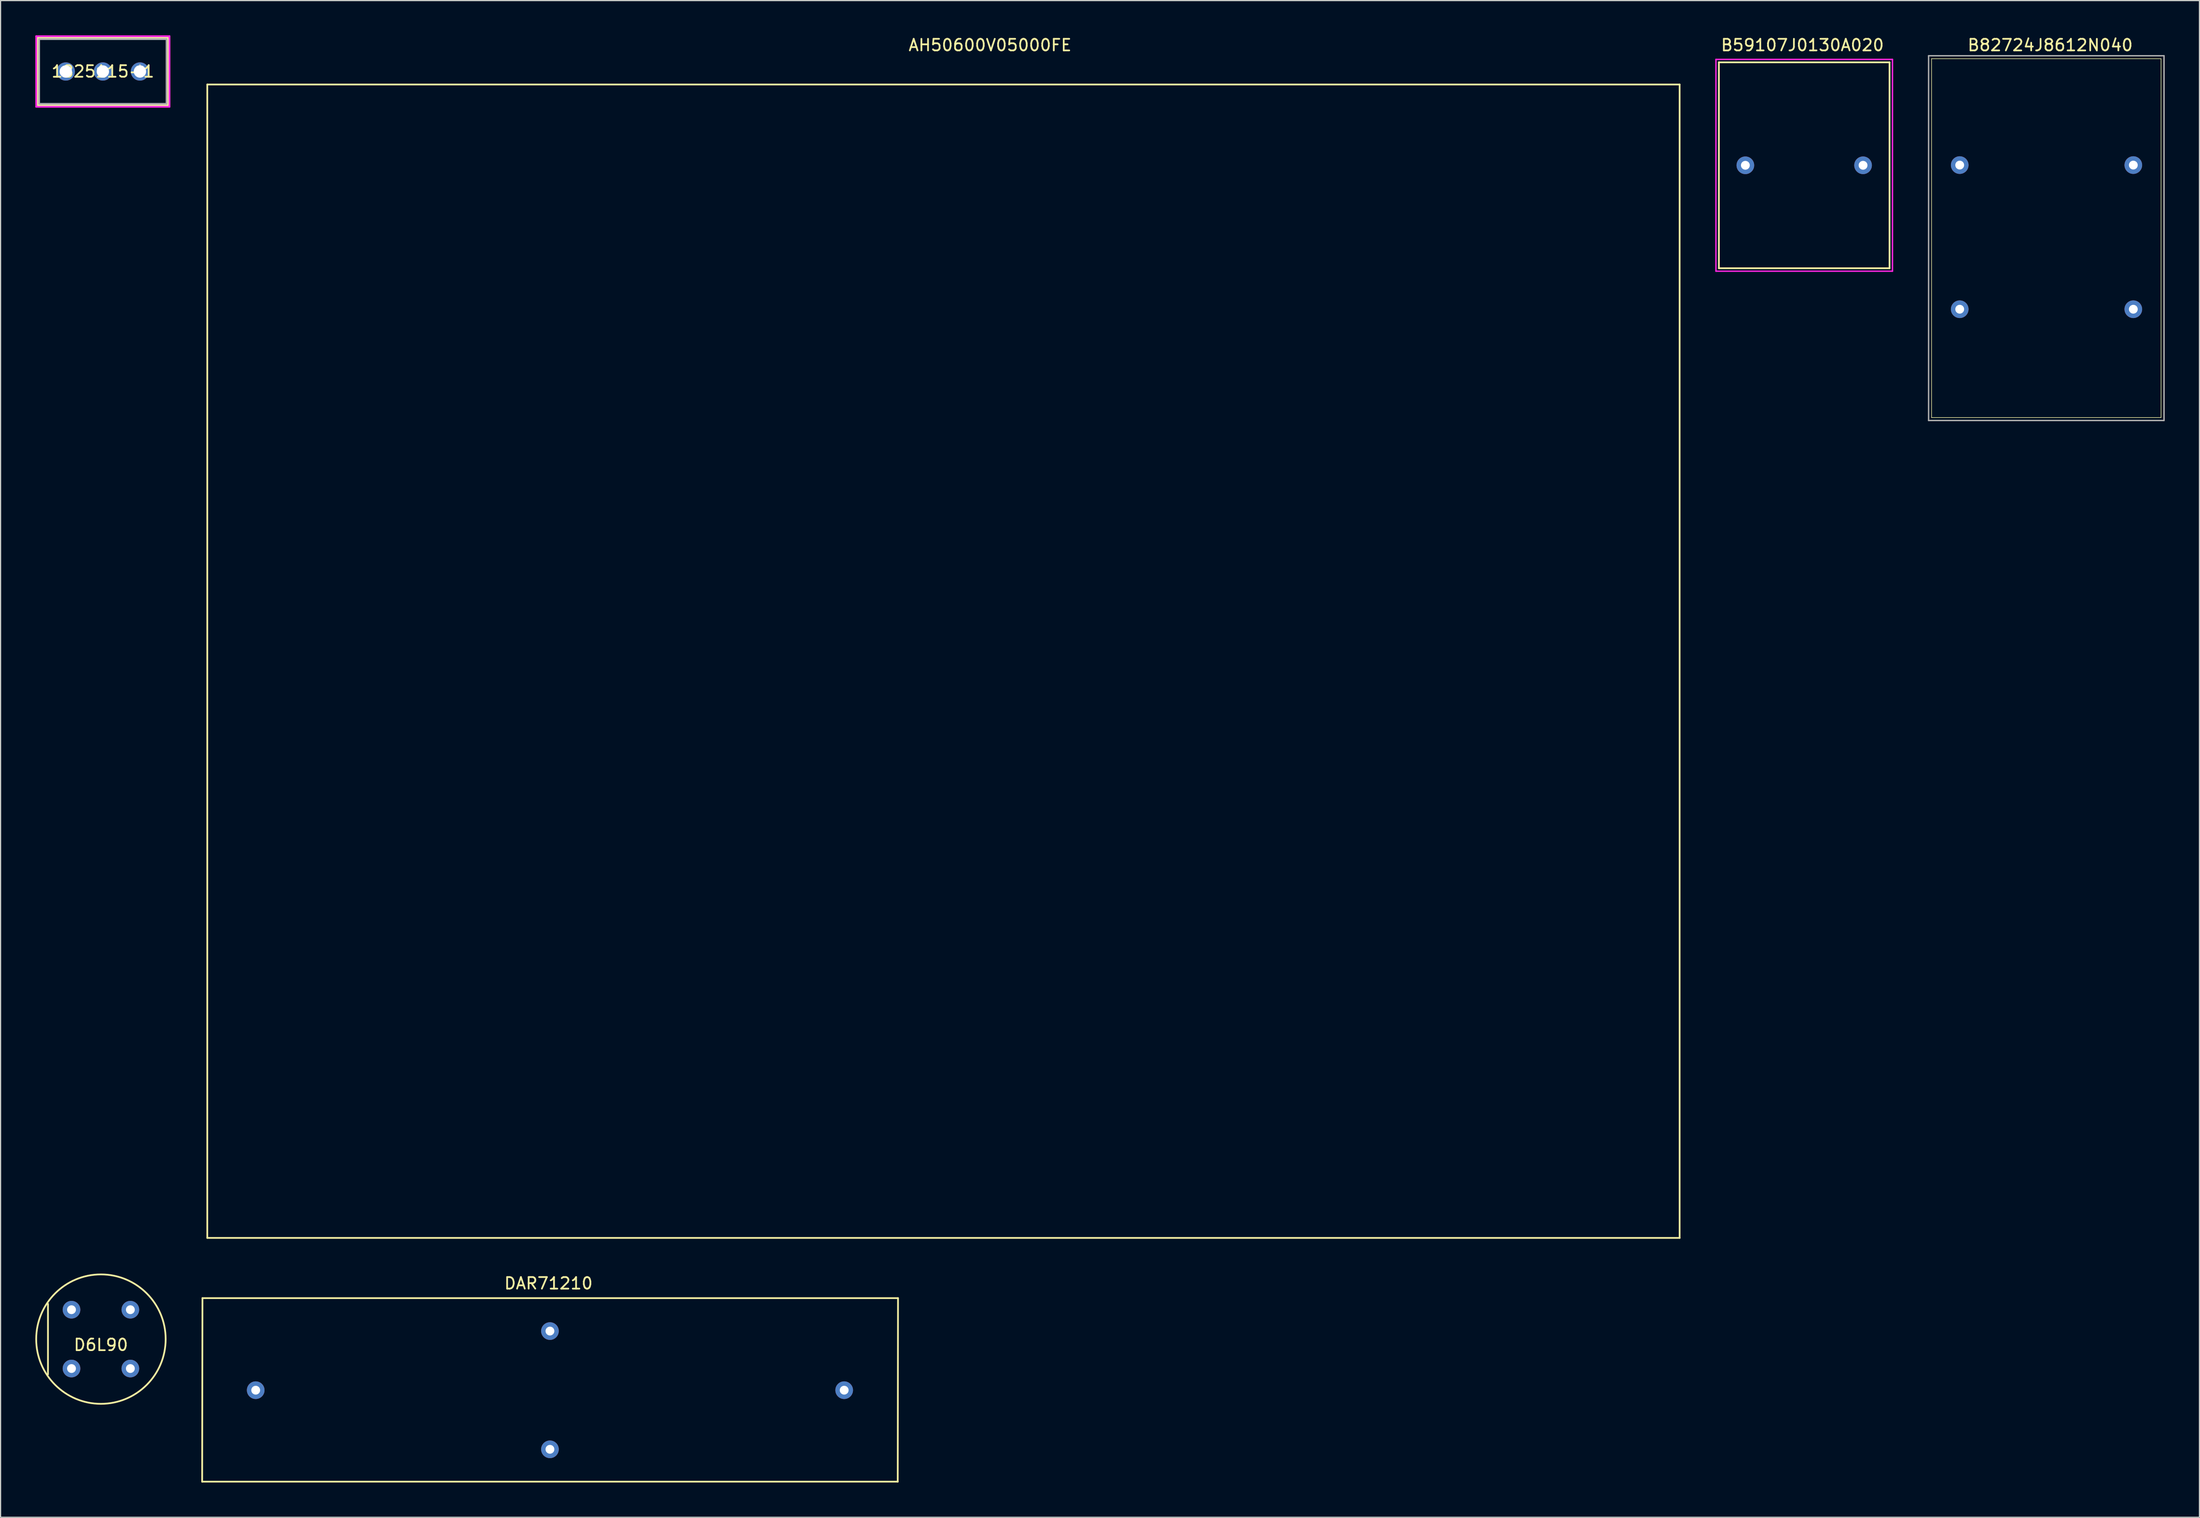
<source format=kicad_pcb>
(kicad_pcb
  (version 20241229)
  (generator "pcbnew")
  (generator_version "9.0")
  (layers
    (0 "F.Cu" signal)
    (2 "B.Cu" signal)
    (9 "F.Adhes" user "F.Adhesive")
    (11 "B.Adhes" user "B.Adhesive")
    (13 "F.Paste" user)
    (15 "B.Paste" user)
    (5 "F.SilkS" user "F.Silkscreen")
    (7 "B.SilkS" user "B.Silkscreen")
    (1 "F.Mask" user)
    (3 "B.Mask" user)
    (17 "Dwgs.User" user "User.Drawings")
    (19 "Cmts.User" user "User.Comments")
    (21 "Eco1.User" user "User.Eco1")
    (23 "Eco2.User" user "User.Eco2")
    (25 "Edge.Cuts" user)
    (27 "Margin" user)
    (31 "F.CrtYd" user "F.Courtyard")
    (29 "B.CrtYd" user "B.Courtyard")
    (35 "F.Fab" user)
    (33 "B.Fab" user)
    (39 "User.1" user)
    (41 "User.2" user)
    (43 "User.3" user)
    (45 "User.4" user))
  (footprint "B59107J0130A020"
    (layer "F.Cu")
    (at 152.699 11.223)
    (property "Reference" "B59107J0130A020" (at -0.15 -10.375 0) (layer "F.SilkS") (effects (font (size 1 1) (thickness 0.15))))
    (attr through_hole)
    (fp_line (start -7.366 -8.89) (end -7.366 8.89) (stroke (width 0.15) (type solid)) (layer "F.SilkS"))
    (fp_line (start -7.366 8.89) (end 7.366 8.89) (stroke (width 0.15) (type solid)) (layer "F.SilkS"))
    (fp_line (start 7.366 -8.89) (end -7.366 -8.89) (stroke (width 0.15) (type solid)) (layer "F.SilkS"))
    (fp_line (start 7.366 8.89) (end 7.366 -8.89) (stroke (width 0.15) (type solid)) (layer "F.SilkS"))
    (fp_line (start -7.62 -9.144) (end 7.62 -9.144) (stroke (width 0.12) (type solid)) (layer "F.CrtYd"))
    (fp_line (start -7.62 9.144) (end -7.62 -9.144) (stroke (width 0.12) (type solid)) (layer "F.CrtYd"))
    (fp_line (start 7.62 -9.144) (end 7.62 9.144) (stroke (width 0.12) (type solid)) (layer "F.CrtYd"))
    (fp_line (start 7.62 9.144) (end -7.62 9.144) (stroke (width 0.12) (type solid)) (layer "F.CrtYd"))
    (pad "1" thru_hole circle (at -5.08 0) (size 1.524 1.524) (drill 0.762) (layers "*.Cu" "*.Mask"))
    (pad "2" thru_hole circle (at 5.08 0) (size 1.524 1.524) (drill 0.762) (layers "*.Cu" "*.Mask")))
  (footprint "D6L90"
    (layer "F.Cu")
    (at 5.663 112.586)
    (property "Reference" "D6L90" (at 0 0.5 0) (layer "F.SilkS") (effects (font (size 1 1) (thickness 0.15))))
    (attr through_hole)
    (fp_line (start -4.572 3.048) (end -4.572 -3.048) (stroke (width 0.15) (type solid)) (layer "F.SilkS"))
    (fp_circle (center 0 0) (end 5.588 0) (stroke (width 0.15) (type solid)) (fill no) (layer "F.SilkS"))
    (pad "1" thru_hole circle (at -2.54 -2.54) (size 1.524 1.524) (drill 0.762) (layers "*.Cu" "*.Mask"))
    (pad "2" thru_hole circle (at -2.54 2.54) (size 1.524 1.524) (drill 0.762) (layers "*.Cu" "*.Mask"))
    (pad "3" thru_hole circle (at 2.54 -2.54) (size 1.524 1.524) (drill 0.762) (layers "*.Cu" "*.Mask"))
    (pad "4" thru_hole circle (at 2.54 2.54) (size 1.524 1.524) (drill 0.762) (layers "*.Cu" "*.Mask")))
  (footprint "AH50600V05000FE"
    (layer "F.Cu")
    (at 78.619 56.823)
    (property "Reference" "AH50600V05000FE" (at 3.8 -55.975 0) (layer "F.SilkS") (effects (font (size 1 1) (thickness 0.15))))
    (attr through_hole)
    (fp_line (start -63.775 47.025) (end -63.775 -52.575) (stroke (width 0.15) (type solid)) (layer "F.SilkS"))
    (fp_line (start -63.775 47.025) (end 63.325 47.025) (stroke (width 0.15) (type solid)) (layer "F.SilkS"))
    (fp_line (start 63.325 -52.575) (end -63.775 -52.575) (stroke (width 0.15) (type solid)) (layer "F.SilkS"))
    (fp_line (start 63.325 -52.575) (end 63.325 47.025) (stroke (width 0.15) (type solid)) (layer "F.SilkS")))
  (footprint "B82724J8612N040"
    (layer "F.Cu")
    (at 173.789 17.899)
    (property "Reference" "B82724J8612N040" (at 0.147 -17.051 0) (layer "F.SilkS") (effects (font (size 1 1) (thickness 0.15))))
    (attr through_hole)
    (fp_line (start -10.097 -15.88) (end 9.716 -15.88) (stroke (width 0.05) (type solid)) (layer "F.SilkS"))
    (fp_line (start -10.097 15.108) (end -10.097 -15.88) (stroke (width 0.05) (type solid)) (layer "F.SilkS"))
    (fp_line (start 9.716 -15.88) (end 9.716 15.108) (stroke (width 0.05) (type solid)) (layer "F.SilkS"))
    (fp_line (start 9.716 15.108) (end -10.097 15.108) (stroke (width 0.05) (type solid)) (layer "F.SilkS"))
    (fp_line (start -10.351 -16.134) (end 9.97 -16.134) (stroke (width 0.12) (type solid)) (layer "F.Fab"))
    (fp_line (start -10.351 15.362) (end -10.351 -16.134) (stroke (width 0.12) (type solid)) (layer "F.Fab"))
    (fp_line (start 9.97 -16.134) (end 9.97 15.362) (stroke (width 0.12) (type solid)) (layer "F.Fab"))
    (fp_line (start 9.97 15.362) (end -10.351 15.362) (stroke (width 0.12) (type solid)) (layer "F.Fab"))
    (pad "1" thru_hole circle (at -7.666 5.753) (size 1.524 1.524) (drill 0.762) (layers "*.Cu" "*.Mask"))
    (pad "2" thru_hole circle (at 7.32 5.753) (size 1.524 1.524) (drill 0.762) (layers "*.Cu" "*.Mask"))
    (pad "3" thru_hole circle (at -7.666 -6.693) (size 1.524 1.524) (drill 0.762) (layers "*.Cu" "*.Mask"))
    (pad "4" thru_hole circle (at 7.32 -6.693) (size 1.524 1.524) (drill 0.762) (layers "*.Cu" "*.Mask")))
  (footprint "1825115-1"
    (layer "F.Cu")
    (at 9.03 3.124)
    (property "Reference" "1825115-1" (at -3.2 0 0) (layer "F.SilkS") (effects (font (size 1 1) (thickness 0.15))))
    (attr through_hole)
    (fp_line (start -8.826 -2.921) (end -8.826 2.921) (stroke (width 0.152) (type solid)) (layer "F.SilkS"))
    (fp_line (start -8.826 2.921) (end 2.426 2.921) (stroke (width 0.152) (type solid)) (layer "F.SilkS"))
    (fp_line (start 2.426 -2.921) (end -8.826 -2.921) (stroke (width 0.152) (type solid)) (layer "F.SilkS"))
    (fp_line (start 2.426 2.921) (end 2.426 -2.921) (stroke (width 0.152) (type solid)) (layer "F.SilkS"))
    (fp_line (start -8.954 -3.048) (end 2.553 -3.048) (stroke (width 0.152) (type solid)) (layer "F.CrtYd"))
    (fp_line (start -8.954 3.048) (end -8.954 -3.048) (stroke (width 0.152) (type solid)) (layer "F.CrtYd"))
    (fp_line (start 2.553 -3.048) (end 2.553 3.048) (stroke (width 0.152) (type solid)) (layer "F.CrtYd"))
    (fp_line (start 2.553 3.048) (end -8.954 3.048) (stroke (width 0.152) (type solid)) (layer "F.CrtYd"))
    (fp_line (start -8.7 -2.794) (end -8.7 2.794) (stroke (width 0.152) (type solid)) (layer "F.Fab"))
    (fp_line (start -8.7 2.794) (end 2.299 2.794) (stroke (width 0.152) (type solid)) (layer "F.Fab"))
    (fp_line (start 2.299 -2.794) (end -8.7 -2.794) (stroke (width 0.152) (type solid)) (layer "F.Fab"))
    (fp_line (start 2.299 2.794) (end 2.299 -2.794) (stroke (width 0.152) (type solid)) (layer "F.Fab"))
    (fp_text user "*" (at 0 0 0) (layer "F.SilkS") (effects (font (size 1 1) (thickness 0.15))))
    (fp_text user "Copyright 2016 Accelerated Designs. All rights reserved." (at 0 0 0) (layer "Cmts.User") (effects (font (size 0.127 0.127) (thickness 0.002))))
    (fp_text user "*" (at 0 0 0) (layer "F.Fab") (effects (font (size 1 1) (thickness 0.15))))
    (pad "1" thru_hole circle (at -6.401 0) (size 1.575 1.575) (drill 1.067) (layers "*.Cu" "*.Mask"))
    (pad "2" thru_hole circle (at -3.2 0) (size 1.575 1.575) (drill 1.067) (layers "*.Cu" "*.Mask"))
    (pad "3" thru_hole circle (at 0 0) (size 1.575 1.575) (drill 1.067) (layers "*.Cu" "*.Mask")))
  (footprint "DAR71210"
    (layer "F.Cu")
    (at 44.424 116.996)
    (property "Reference" "DAR71210" (at -0.125 -9.225 0) (layer "F.SilkS") (effects (font (size 1 1) (thickness 0.15))))
    (attr through_hole)
    (fp_line (start -30.023 7.899) (end 30.023 7.899) (stroke (width 0.15) (type solid)) (layer "F.SilkS"))
    (fp_line (start -29.997 -7.95) (end -30.023 7.899) (stroke (width 0.15) (type solid)) (layer "F.SilkS"))
    (fp_line (start -29.997 -7.95) (end 30.048 -7.95) (stroke (width 0.15) (type solid)) (layer "F.SilkS"))
    (fp_line (start 30.023 7.899) (end 30.048 -7.95) (stroke (width 0.15) (type solid)) (layer "F.SilkS"))
    (pad "1" thru_hole circle (at -25.4 0) (size 1.524 1.524) (drill 0.762) (layers "*.Cu" "*.Mask"))
    (pad "2" thru_hole circle (at 25.4 0) (size 1.524 1.524) (drill 0.762) (layers "*.Cu" "*.Mask"))
    (pad "3" thru_hole circle (at 0 -5.105) (size 1.524 1.524) (drill 0.762) (layers "*.Cu" "*.Mask"))
    (pad "4" thru_hole circle (at 0 5.105) (size 1.524 1.524) (drill 0.762) (layers "*.Cu" "*.Mask")))
  (gr_rect
    (start -3 -3)
    (end 186.819 127.971)
    (stroke (width 0.1) (type default))
    (fill no)
    (layer "Edge.Cuts")))
</source>
